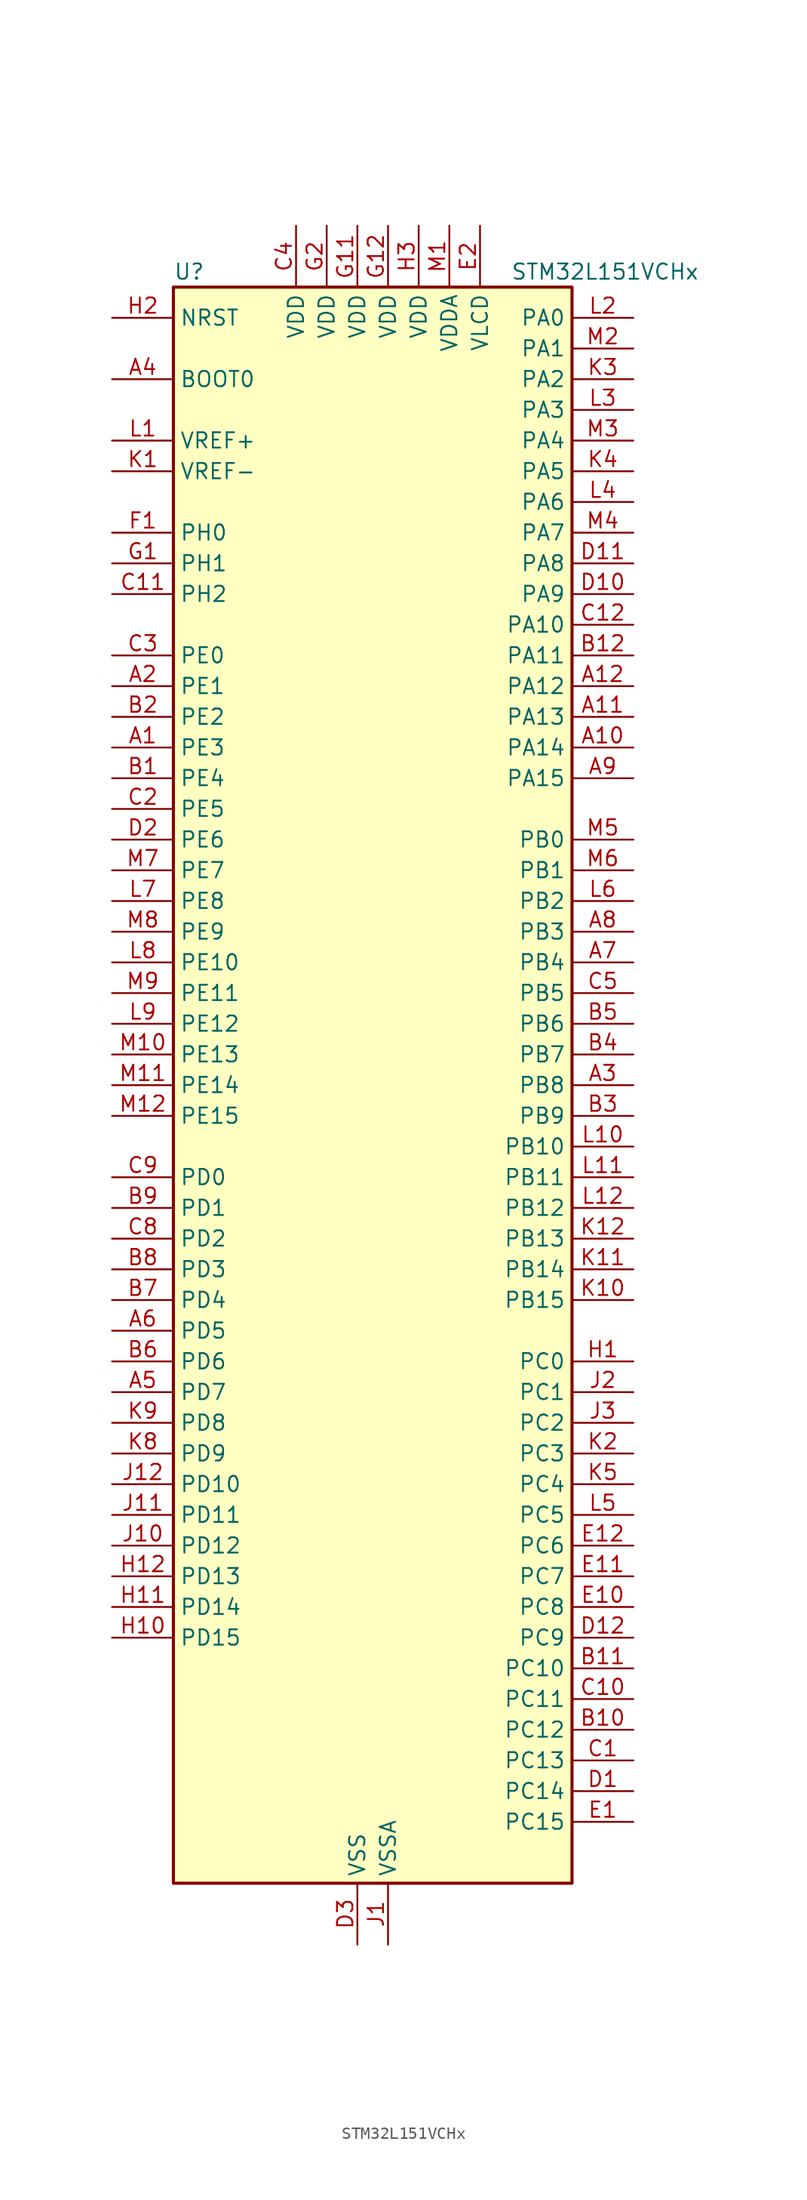
<source format=kicad_sym>
(kicad_symbol_lib
  (version 20231120)
  (generator "kicad-library-utils")
  (generator_version "8.0")
  (symbol "STM32L151VCHx"
    (property "Reference" "U"
      (at -15.24 67.31 0)
      (effects (font (size 1.27 1.27)) (justify left)))
    (property "Value" "STM32L151VCHx"
      (at 12.7 67.31 0)
      (effects (font (size 1.27 1.27)) (justify left)))
    (symbol "STM32L151VCHx_0_1"
      (rectangle (start -15.24 -66.04) (end 17.78 66.04) (stroke (width 0.254) (type default)) (fill (type background))))
    (symbol "STM32L151VCHx_1_1"
      (pin bidirectional line (at -20.32 27.94 0) (length 5.08) (name "PE3" (effects (font (size 1.27 1.27)))) (number "A1" (effects (font (size 1.27 1.27)))) (alternate "SYS_TRACED0" bidirectional line) (alternate "TIM3_CH1" bidirectional line) (alternate "TIMX_IC4" bidirectional line))
      (pin bidirectional line (at 22.86 27.94 180) (length 5.08) (name "PA14" (effects (font (size 1.27 1.27)))) (number "A10" (effects (font (size 1.27 1.27)))) (alternate "SYS_JTCK-SWCLK" bidirectional line) (alternate "TIMX_IC3" bidirectional line) (alternate "TS_G5_IO2" bidirectional line))
      (pin bidirectional line (at 22.86 30.48 180) (length 5.08) (name "PA13" (effects (font (size 1.27 1.27)))) (number "A11" (effects (font (size 1.27 1.27)))) (alternate "SYS_JTMS-SWDIO" bidirectional line) (alternate "TIMX_IC2" bidirectional line) (alternate "TS_G5_IO1" bidirectional line))
      (pin bidirectional line (at 22.86 33.02 180) (length 5.08) (name "PA12" (effects (font (size 1.27 1.27)))) (number "A12" (effects (font (size 1.27 1.27)))) (alternate "SPI1_MOSI" bidirectional line) (alternate "TIMX_IC1" bidirectional line) (alternate "USART1_RTS" bidirectional line) (alternate "USB_DP" bidirectional line))
      (pin bidirectional line (at -20.32 33.02 0) (length 5.08) (name "PE1" (effects (font (size 1.27 1.27)))) (number "A2" (effects (font (size 1.27 1.27)))) (alternate "TIM11_CH1" bidirectional line) (alternate "TIMX_IC2" bidirectional line))
      (pin bidirectional line (at 22.86 0 180) (length 5.08) (name "PB8" (effects (font (size 1.27 1.27)))) (number "A3" (effects (font (size 1.27 1.27)))) (alternate "I2C1_SCL" bidirectional line) (alternate "TIM10_CH1" bidirectional line) (alternate "TIM4_CH3" bidirectional line))
      (pin input line (at -20.32 58.42 0) (length 5.08) (name "BOOT0" (effects (font (size 1.27 1.27)))) (number "A4" (effects (font (size 1.27 1.27)))))
      (pin bidirectional line (at -20.32 -25.4 0) (length 5.08) (name "PD7" (effects (font (size 1.27 1.27)))) (number "A5" (effects (font (size 1.27 1.27)))) (alternate "TIM9_CH2" bidirectional line) (alternate "TIMX_IC4" bidirectional line) (alternate "USART2_CK" bidirectional line))
      (pin bidirectional line (at -20.32 -20.32 0) (length 5.08) (name "PD5" (effects (font (size 1.27 1.27)))) (number "A6" (effects (font (size 1.27 1.27)))) (alternate "TIMX_IC2" bidirectional line) (alternate "USART2_TX" bidirectional line))
      (pin bidirectional line (at 22.86 10.16 180) (length 5.08) (name "PB4" (effects (font (size 1.27 1.27)))) (number "A7" (effects (font (size 1.27 1.27)))) (alternate "COMP2_INP" bidirectional line) (alternate "SPI1_MISO" bidirectional line) (alternate "SPI3_MISO" bidirectional line) (alternate "SYS_JTRST" bidirectional line) (alternate "TIM3_CH1" bidirectional line) (alternate "TS_G6_IO1" bidirectional line))
      (pin bidirectional line (at 22.86 12.7 180) (length 5.08) (name "PB3" (effects (font (size 1.27 1.27)))) (number "A8" (effects (font (size 1.27 1.27)))) (alternate "COMP2_INM" bidirectional line) (alternate "I2S3_CK" bidirectional line) (alternate "SPI1_SCK" bidirectional line) (alternate "SPI3_SCK" bidirectional line) (alternate "SYS_JTDO-TRACESWO" bidirectional line) (alternate "TIM2_CH2" bidirectional line))
      (pin bidirectional line (at 22.86 25.4 180) (length 5.08) (name "PA15" (effects (font (size 1.27 1.27)))) (number "A9" (effects (font (size 1.27 1.27)))) (alternate "ADC_EXTI15" bidirectional line) (alternate "I2S3_WS" bidirectional line) (alternate "SPI1_NSS" bidirectional line) (alternate "SPI3_NSS" bidirectional line) (alternate "SYS_JTDI" bidirectional line) (alternate "TIM2_CH1" bidirectional line) (alternate "TIM2_ETR" bidirectional line) (alternate "TIMX_IC4" bidirectional line) (alternate "TS_G5_IO3" bidirectional line))
      (pin bidirectional line (at -20.32 25.4 0) (length 5.08) (name "PE4" (effects (font (size 1.27 1.27)))) (number "B1" (effects (font (size 1.27 1.27)))) (alternate "SYS_TRACED1" bidirectional line) (alternate "TIM3_CH2" bidirectional line) (alternate "TIMX_IC1" bidirectional line))
      (pin bidirectional line (at 22.86 -53.34 180) (length 5.08) (name "PC12" (effects (font (size 1.27 1.27)))) (number "B10" (effects (font (size 1.27 1.27)))) (alternate "I2S3_SD" bidirectional line) (alternate "SPI3_MOSI" bidirectional line) (alternate "TIMX_IC1" bidirectional line) (alternate "USART3_CK" bidirectional line))
      (pin bidirectional line (at 22.86 -48.26 180) (length 5.08) (name "PC10" (effects (font (size 1.27 1.27)))) (number "B11" (effects (font (size 1.27 1.27)))) (alternate "I2S3_CK" bidirectional line) (alternate "SPI3_SCK" bidirectional line) (alternate "TIMX_IC3" bidirectional line) (alternate "USART3_TX" bidirectional line))
      (pin bidirectional line (at 22.86 35.56 180) (length 5.08) (name "PA11" (effects (font (size 1.27 1.27)))) (number "B12" (effects (font (size 1.27 1.27)))) (alternate "ADC_EXTI11" bidirectional line) (alternate "SPI1_MISO" bidirectional line) (alternate "TIMX_IC4" bidirectional line) (alternate "USART1_CTS" bidirectional line) (alternate "USB_DM" bidirectional line))
      (pin bidirectional line (at -20.32 30.48 0) (length 5.08) (name "PE2" (effects (font (size 1.27 1.27)))) (number "B2" (effects (font (size 1.27 1.27)))) (alternate "SYS_TRACECK" bidirectional line) (alternate "TIM3_ETR" bidirectional line) (alternate "TIMX_IC3" bidirectional line))
      (pin bidirectional line (at 22.86 -2.54 180) (length 5.08) (name "PB9" (effects (font (size 1.27 1.27)))) (number "B3" (effects (font (size 1.27 1.27)))) (alternate "DAC_EXTI9" bidirectional line) (alternate "I2C1_SDA" bidirectional line) (alternate "TIM11_CH1" bidirectional line) (alternate "TIM4_CH4" bidirectional line))
      (pin bidirectional line (at 22.86 2.54 180) (length 5.08) (name "PB7" (effects (font (size 1.27 1.27)))) (number "B4" (effects (font (size 1.27 1.27)))) (alternate "COMP2_INP" bidirectional line) (alternate "I2C1_SDA" bidirectional line) (alternate "SYS_PVD_IN" bidirectional line) (alternate "TIM4_CH2" bidirectional line) (alternate "TS_G6_IO4" bidirectional line) (alternate "USART1_RX" bidirectional line))
      (pin bidirectional line (at 22.86 5.08 180) (length 5.08) (name "PB6" (effects (font (size 1.27 1.27)))) (number "B5" (effects (font (size 1.27 1.27)))) (alternate "COMP2_INP" bidirectional line) (alternate "I2C1_SCL" bidirectional line) (alternate "TIM4_CH1" bidirectional line) (alternate "TS_G6_IO3" bidirectional line) (alternate "USART1_TX" bidirectional line))
      (pin bidirectional line (at -20.32 -22.86 0) (length 5.08) (name "PD6" (effects (font (size 1.27 1.27)))) (number "B6" (effects (font (size 1.27 1.27)))) (alternate "TIMX_IC3" bidirectional line) (alternate "USART2_RX" bidirectional line))
      (pin bidirectional line (at -20.32 -17.78 0) (length 5.08) (name "PD4" (effects (font (size 1.27 1.27)))) (number "B7" (effects (font (size 1.27 1.27)))) (alternate "I2S2_SD" bidirectional line) (alternate "SPI2_MOSI" bidirectional line) (alternate "TIMX_IC1" bidirectional line) (alternate "USART2_RTS" bidirectional line))
      (pin bidirectional line (at -20.32 -15.24 0) (length 5.08) (name "PD3" (effects (font (size 1.27 1.27)))) (number "B8" (effects (font (size 1.27 1.27)))) (alternate "SPI2_MISO" bidirectional line) (alternate "TIMX_IC4" bidirectional line) (alternate "USART2_CTS" bidirectional line))
      (pin bidirectional line (at -20.32 -10.16 0) (length 5.08) (name "PD1" (effects (font (size 1.27 1.27)))) (number "B9" (effects (font (size 1.27 1.27)))) (alternate "I2S2_CK" bidirectional line) (alternate "SPI2_SCK" bidirectional line) (alternate "TIMX_IC2" bidirectional line))
      (pin bidirectional line (at 22.86 -55.88 180) (length 5.08) (name "PC13" (effects (font (size 1.27 1.27)))) (number "C1" (effects (font (size 1.27 1.27)))) (alternate "RTC_OUT_ALARM" bidirectional line) (alternate "RTC_OUT_CALIB" bidirectional line) (alternate "RTC_TAMP1" bidirectional line) (alternate "RTC_TS" bidirectional line) (alternate "SYS_WKUP2" bidirectional line) (alternate "TIMX_IC2" bidirectional line))
      (pin bidirectional line (at 22.86 -50.8 180) (length 5.08) (name "PC11" (effects (font (size 1.27 1.27)))) (number "C10" (effects (font (size 1.27 1.27)))) (alternate "ADC_EXTI11" bidirectional line) (alternate "SPI3_MISO" bidirectional line) (alternate "TIMX_IC4" bidirectional line) (alternate "USART3_RX" bidirectional line))
      (pin bidirectional line (at -20.32 40.64 0) (length 5.08) (name "PH2" (effects (font (size 1.27 1.27)))) (number "C11" (effects (font (size 1.27 1.27)))))
      (pin bidirectional line (at 22.86 38.1 180) (length 5.08) (name "PA10" (effects (font (size 1.27 1.27)))) (number "C12" (effects (font (size 1.27 1.27)))) (alternate "TIMX_IC3" bidirectional line) (alternate "TS_G4_IO3" bidirectional line) (alternate "USART1_RX" bidirectional line))
      (pin bidirectional line (at -20.32 22.86 0) (length 5.08) (name "PE5" (effects (font (size 1.27 1.27)))) (number "C2" (effects (font (size 1.27 1.27)))) (alternate "SYS_TRACED2" bidirectional line) (alternate "TIM9_CH1" bidirectional line) (alternate "TIMX_IC2" bidirectional line))
      (pin bidirectional line (at -20.32 35.56 0) (length 5.08) (name "PE0" (effects (font (size 1.27 1.27)))) (number "C3" (effects (font (size 1.27 1.27)))) (alternate "TIM10_CH1" bidirectional line) (alternate "TIM4_ETR" bidirectional line) (alternate "TIMX_IC1" bidirectional line))
      (pin power_in line (at -5.08 71.12 270) (length 5.08) (name "VDD" (effects (font (size 1.27 1.27)))) (number "C4" (effects (font (size 1.27 1.27)))))
      (pin bidirectional line (at 22.86 7.62 180) (length 5.08) (name "PB5" (effects (font (size 1.27 1.27)))) (number "C5" (effects (font (size 1.27 1.27)))) (alternate "COMP2_INP" bidirectional line) (alternate "I2C1_SMBA" bidirectional line) (alternate "I2S3_SD" bidirectional line) (alternate "SPI1_MOSI" bidirectional line) (alternate "SPI3_MOSI" bidirectional line) (alternate "TIM3_CH2" bidirectional line) (alternate "TS_G6_IO2" bidirectional line))
      (pin bidirectional line (at -20.32 -12.7 0) (length 5.08) (name "PD2" (effects (font (size 1.27 1.27)))) (number "C8" (effects (font (size 1.27 1.27)))) (alternate "TIM3_ETR" bidirectional line) (alternate "TIMX_IC3" bidirectional line))
      (pin bidirectional line (at -20.32 -7.62 0) (length 5.08) (name "PD0" (effects (font (size 1.27 1.27)))) (number "C9" (effects (font (size 1.27 1.27)))) (alternate "I2S2_WS" bidirectional line) (alternate "SPI2_NSS" bidirectional line) (alternate "TIM9_CH1" bidirectional line) (alternate "TIMX_IC1" bidirectional line))
      (pin bidirectional line (at 22.86 -58.42 180) (length 5.08) (name "PC14" (effects (font (size 1.27 1.27)))) (number "D1" (effects (font (size 1.27 1.27)))) (alternate "RCC_OSC32_IN" bidirectional line) (alternate "TIMX_IC3" bidirectional line))
      (pin bidirectional line (at 22.86 40.64 180) (length 5.08) (name "PA9" (effects (font (size 1.27 1.27)))) (number "D10" (effects (font (size 1.27 1.27)))) (alternate "DAC_EXTI9" bidirectional line) (alternate "TIMX_IC2" bidirectional line) (alternate "TS_G4_IO2" bidirectional line) (alternate "USART1_TX" bidirectional line))
      (pin bidirectional line (at 22.86 43.18 180) (length 5.08) (name "PA8" (effects (font (size 1.27 1.27)))) (number "D11" (effects (font (size 1.27 1.27)))) (alternate "RCC_MCO" bidirectional line) (alternate "TIMX_IC1" bidirectional line) (alternate "TS_G4_IO1" bidirectional line) (alternate "USART1_CK" bidirectional line))
      (pin bidirectional line (at 22.86 -45.72 180) (length 5.08) (name "PC9" (effects (font (size 1.27 1.27)))) (number "D12" (effects (font (size 1.27 1.27)))) (alternate "DAC_EXTI9" bidirectional line) (alternate "TIM3_CH4" bidirectional line) (alternate "TIMX_IC2" bidirectional line) (alternate "TS_G10_IO4" bidirectional line))
      (pin bidirectional line (at -20.32 20.32 0) (length 5.08) (name "PE6" (effects (font (size 1.27 1.27)))) (number "D2" (effects (font (size 1.27 1.27)))) (alternate "RTC_TAMP3" bidirectional line) (alternate "SYS_TRACED3" bidirectional line) (alternate "SYS_WKUP3" bidirectional line) (alternate "TIM9_CH2" bidirectional line) (alternate "TIMX_IC3" bidirectional line))
      (pin power_in line (at 0 -71.12 90) (length 5.08) (name "VSS" (effects (font (size 1.27 1.27)))) (number "D3" (effects (font (size 1.27 1.27)))))
      (pin bidirectional line (at 22.86 -60.96 180) (length 5.08) (name "PC15" (effects (font (size 1.27 1.27)))) (number "E1" (effects (font (size 1.27 1.27)))) (alternate "ADC_EXTI15" bidirectional line) (alternate "RCC_OSC32_OUT" bidirectional line) (alternate "TIMX_IC4" bidirectional line))
      (pin bidirectional line (at 22.86 -43.18 180) (length 5.08) (name "PC8" (effects (font (size 1.27 1.27)))) (number "E10" (effects (font (size 1.27 1.27)))) (alternate "TIM3_CH3" bidirectional line) (alternate "TIMX_IC1" bidirectional line) (alternate "TS_G10_IO3" bidirectional line))
      (pin bidirectional line (at 22.86 -40.64 180) (length 5.08) (name "PC7" (effects (font (size 1.27 1.27)))) (number "E11" (effects (font (size 1.27 1.27)))) (alternate "I2S3_MCK" bidirectional line) (alternate "TIM3_CH2" bidirectional line) (alternate "TIMX_IC4" bidirectional line) (alternate "TS_G10_IO2" bidirectional line))
      (pin bidirectional line (at 22.86 -38.1 180) (length 5.08) (name "PC6" (effects (font (size 1.27 1.27)))) (number "E12" (effects (font (size 1.27 1.27)))) (alternate "I2S2_MCK" bidirectional line) (alternate "TIM3_CH1" bidirectional line) (alternate "TIMX_IC3" bidirectional line) (alternate "TS_G10_IO1" bidirectional line))
      (pin power_in line (at 10.16 71.12 270) (length 5.08) (name "VLCD" (effects (font (size 1.27 1.27)))) (number "E2" (effects (font (size 1.27 1.27)))))
      (pin passive line (at 0 -71.12 90) (length 5.08) hide (name "VSS" (effects (font (size 1.27 1.27)))) (number "E3" (effects (font (size 1.27 1.27)))))
      (pin bidirectional line (at -20.32 45.72 0) (length 5.08) (name "PH0" (effects (font (size 1.27 1.27)))) (number "F1" (effects (font (size 1.27 1.27)))) (alternate "RCC_OSC_IN" bidirectional line))
      (pin passive line (at 0 -71.12 90) (length 5.08) hide (name "VSS" (effects (font (size 1.27 1.27)))) (number "F11" (effects (font (size 1.27 1.27)))))
      (pin passive line (at 0 -71.12 90) (length 5.08) hide (name "VSS" (effects (font (size 1.27 1.27)))) (number "F12" (effects (font (size 1.27 1.27)))))
      (pin passive line (at 0 -71.12 90) (length 5.08) hide (name "VSS" (effects (font (size 1.27 1.27)))) (number "F2" (effects (font (size 1.27 1.27)))))
      (pin bidirectional line (at -20.32 43.18 0) (length 5.08) (name "PH1" (effects (font (size 1.27 1.27)))) (number "G1" (effects (font (size 1.27 1.27)))) (alternate "RCC_OSC_OUT" bidirectional line))
      (pin power_in line (at 0 71.12 270) (length 5.08) (name "VDD" (effects (font (size 1.27 1.27)))) (number "G11" (effects (font (size 1.27 1.27)))))
      (pin power_in line (at 2.54 71.12 270) (length 5.08) (name "VDD" (effects (font (size 1.27 1.27)))) (number "G12" (effects (font (size 1.27 1.27)))))
      (pin power_in line (at -2.54 71.12 270) (length 5.08) (name "VDD" (effects (font (size 1.27 1.27)))) (number "G2" (effects (font (size 1.27 1.27)))))
      (pin bidirectional line (at 22.86 -22.86 180) (length 5.08) (name "PC0" (effects (font (size 1.27 1.27)))) (number "H1" (effects (font (size 1.27 1.27)))) (alternate "ADC_IN10" bidirectional line) (alternate "COMP1_INP" bidirectional line) (alternate "TIMX_IC1" bidirectional line) (alternate "TS_G8_IO1" bidirectional line))
      (pin bidirectional line (at -20.32 -45.72 0) (length 5.08) (name "PD15" (effects (font (size 1.27 1.27)))) (number "H10" (effects (font (size 1.27 1.27)))) (alternate "ADC_EXTI15" bidirectional line) (alternate "TIM4_CH4" bidirectional line) (alternate "TIMX_IC4" bidirectional line))
      (pin bidirectional line (at -20.32 -43.18 0) (length 5.08) (name "PD14" (effects (font (size 1.27 1.27)))) (number "H11" (effects (font (size 1.27 1.27)))) (alternate "TIM4_CH3" bidirectional line) (alternate "TIMX_IC3" bidirectional line))
      (pin bidirectional line (at -20.32 -40.64 0) (length 5.08) (name "PD13" (effects (font (size 1.27 1.27)))) (number "H12" (effects (font (size 1.27 1.27)))) (alternate "TIM4_CH2" bidirectional line) (alternate "TIMX_IC2" bidirectional line))
      (pin input line (at -20.32 63.5 0) (length 5.08) (name "NRST" (effects (font (size 1.27 1.27)))) (number "H2" (effects (font (size 1.27 1.27)))))
      (pin power_in line (at 5.08 71.12 270) (length 5.08) (name "VDD" (effects (font (size 1.27 1.27)))) (number "H3" (effects (font (size 1.27 1.27)))))
      (pin power_in line (at 2.54 -71.12 90) (length 5.08) (name "VSSA" (effects (font (size 1.27 1.27)))) (number "J1" (effects (font (size 1.27 1.27)))))
      (pin bidirectional line (at -20.32 -38.1 0) (length 5.08) (name "PD12" (effects (font (size 1.27 1.27)))) (number "J10" (effects (font (size 1.27 1.27)))) (alternate "TIM4_CH1" bidirectional line) (alternate "TIMX_IC1" bidirectional line) (alternate "USART3_RTS" bidirectional line))
      (pin bidirectional line (at -20.32 -35.56 0) (length 5.08) (name "PD11" (effects (font (size 1.27 1.27)))) (number "J11" (effects (font (size 1.27 1.27)))) (alternate "ADC_EXTI11" bidirectional line) (alternate "TIMX_IC4" bidirectional line) (alternate "USART3_CTS" bidirectional line))
      (pin bidirectional line (at -20.32 -33.02 0) (length 5.08) (name "PD10" (effects (font (size 1.27 1.27)))) (number "J12" (effects (font (size 1.27 1.27)))) (alternate "TIMX_IC3" bidirectional line) (alternate "USART3_CK" bidirectional line))
      (pin bidirectional line (at 22.86 -25.4 180) (length 5.08) (name "PC1" (effects (font (size 1.27 1.27)))) (number "J2" (effects (font (size 1.27 1.27)))) (alternate "ADC_IN11" bidirectional line) (alternate "COMP1_INP" bidirectional line) (alternate "TIMX_IC2" bidirectional line) (alternate "TS_G8_IO2" bidirectional line))
      (pin bidirectional line (at 22.86 -27.94 180) (length 5.08) (name "PC2" (effects (font (size 1.27 1.27)))) (number "J3" (effects (font (size 1.27 1.27)))) (alternate "ADC_IN12" bidirectional line) (alternate "COMP1_INP" bidirectional line) (alternate "TIMX_IC3" bidirectional line) (alternate "TS_G8_IO3" bidirectional line))
      (pin input line (at -20.32 50.8 0) (length 5.08) (name "VREF-" (effects (font (size 1.27 1.27)))) (number "K1" (effects (font (size 1.27 1.27)))))
      (pin bidirectional line (at 22.86 -17.78 180) (length 5.08) (name "PB15" (effects (font (size 1.27 1.27)))) (number "K10" (effects (font (size 1.27 1.27)))) (alternate "ADC_EXTI15" bidirectional line) (alternate "ADC_IN21" bidirectional line) (alternate "COMP1_INP" bidirectional line) (alternate "I2S2_SD" bidirectional line) (alternate "RTC_REFIN" bidirectional line) (alternate "SPI2_MOSI" bidirectional line) (alternate "TIM11_CH1" bidirectional line) (alternate "TS_G7_IO4" bidirectional line))
      (pin bidirectional line (at 22.86 -15.24 180) (length 5.08) (name "PB14" (effects (font (size 1.27 1.27)))) (number "K11" (effects (font (size 1.27 1.27)))) (alternate "ADC_IN20" bidirectional line) (alternate "COMP1_INP" bidirectional line) (alternate "SPI2_MISO" bidirectional line) (alternate "TIM9_CH2" bidirectional line) (alternate "TS_G7_IO3" bidirectional line) (alternate "USART3_RTS" bidirectional line))
      (pin bidirectional line (at 22.86 -12.7 180) (length 5.08) (name "PB13" (effects (font (size 1.27 1.27)))) (number "K12" (effects (font (size 1.27 1.27)))) (alternate "ADC_IN19" bidirectional line) (alternate "COMP1_INP" bidirectional line) (alternate "I2S2_CK" bidirectional line) (alternate "SPI2_SCK" bidirectional line) (alternate "TIM9_CH1" bidirectional line) (alternate "TS_G7_IO2" bidirectional line) (alternate "USART3_CTS" bidirectional line))
      (pin bidirectional line (at 22.86 -30.48 180) (length 5.08) (name "PC3" (effects (font (size 1.27 1.27)))) (number "K2" (effects (font (size 1.27 1.27)))) (alternate "ADC_IN13" bidirectional line) (alternate "COMP1_INP" bidirectional line) (alternate "TIMX_IC4" bidirectional line) (alternate "TS_G8_IO4" bidirectional line))
      (pin bidirectional line (at 22.86 58.42 180) (length 5.08) (name "PA2" (effects (font (size 1.27 1.27)))) (number "K3" (effects (font (size 1.27 1.27)))) (alternate "ADC_IN2" bidirectional line) (alternate "COMP1_INP" bidirectional line) (alternate "OPAMP1_VINM" bidirectional line) (alternate "TIM2_CH3" bidirectional line) (alternate "TIM5_CH3" bidirectional line) (alternate "TIM9_CH1" bidirectional line) (alternate "TIMX_IC3" bidirectional line) (alternate "TS_G1_IO3" bidirectional line) (alternate "USART2_TX" bidirectional line))
      (pin bidirectional line (at 22.86 50.8 180) (length 5.08) (name "PA5" (effects (font (size 1.27 1.27)))) (number "K4" (effects (font (size 1.27 1.27)))) (alternate "ADC_IN5" bidirectional line) (alternate "COMP1_INP" bidirectional line) (alternate "DAC_OUT2" bidirectional line) (alternate "SPI1_SCK" bidirectional line) (alternate "TIM2_CH1" bidirectional line) (alternate "TIM2_ETR" bidirectional line) (alternate "TIMX_IC2" bidirectional line))
      (pin bidirectional line (at 22.86 -33.02 180) (length 5.08) (name "PC4" (effects (font (size 1.27 1.27)))) (number "K5" (effects (font (size 1.27 1.27)))) (alternate "ADC_IN14" bidirectional line) (alternate "COMP1_INP" bidirectional line) (alternate "TIMX_IC1" bidirectional line) (alternate "TS_G9_IO1" bidirectional line))
      (pin bidirectional line (at -20.32 -30.48 0) (length 5.08) (name "PD9" (effects (font (size 1.27 1.27)))) (number "K8" (effects (font (size 1.27 1.27)))) (alternate "DAC_EXTI9" bidirectional line) (alternate "TIMX_IC2" bidirectional line) (alternate "USART3_RX" bidirectional line))
      (pin bidirectional line (at -20.32 -27.94 0) (length 5.08) (name "PD8" (effects (font (size 1.27 1.27)))) (number "K9" (effects (font (size 1.27 1.27)))) (alternate "TIMX_IC1" bidirectional line) (alternate "USART3_TX" bidirectional line))
      (pin input line (at -20.32 53.34 0) (length 5.08) (name "VREF+" (effects (font (size 1.27 1.27)))) (number "L1" (effects (font (size 1.27 1.27)))))
      (pin bidirectional line (at 22.86 -5.08 180) (length 5.08) (name "PB10" (effects (font (size 1.27 1.27)))) (number "L10" (effects (font (size 1.27 1.27)))) (alternate "I2C2_SCL" bidirectional line) (alternate "TIM2_CH3" bidirectional line) (alternate "USART3_TX" bidirectional line))
      (pin bidirectional line (at 22.86 -7.62 180) (length 5.08) (name "PB11" (effects (font (size 1.27 1.27)))) (number "L11" (effects (font (size 1.27 1.27)))) (alternate "ADC_EXTI11" bidirectional line) (alternate "I2C2_SDA" bidirectional line) (alternate "TIM2_CH4" bidirectional line) (alternate "USART3_RX" bidirectional line))
      (pin bidirectional line (at 22.86 -10.16 180) (length 5.08) (name "PB12" (effects (font (size 1.27 1.27)))) (number "L12" (effects (font (size 1.27 1.27)))) (alternate "ADC_IN18" bidirectional line) (alternate "COMP1_INP" bidirectional line) (alternate "I2C2_SMBA" bidirectional line) (alternate "I2S2_WS" bidirectional line) (alternate "SPI2_NSS" bidirectional line) (alternate "TIM10_CH1" bidirectional line) (alternate "TS_G7_IO1" bidirectional line) (alternate "USART3_CK" bidirectional line))
      (pin bidirectional line (at 22.86 63.5 180) (length 5.08) (name "PA0" (effects (font (size 1.27 1.27)))) (number "L2" (effects (font (size 1.27 1.27)))) (alternate "ADC_IN0" bidirectional line) (alternate "COMP1_INP" bidirectional line) (alternate "RTC_TAMP2" bidirectional line) (alternate "SYS_WKUP1" bidirectional line) (alternate "TIM2_CH1" bidirectional line) (alternate "TIM2_ETR" bidirectional line) (alternate "TIM5_CH1" bidirectional line) (alternate "TIMX_IC1" bidirectional line) (alternate "TS_G1_IO1" bidirectional line) (alternate "USART2_CTS" bidirectional line))
      (pin bidirectional line (at 22.86 55.88 180) (length 5.08) (name "PA3" (effects (font (size 1.27 1.27)))) (number "L3" (effects (font (size 1.27 1.27)))) (alternate "ADC_IN3" bidirectional line) (alternate "COMP1_INP" bidirectional line) (alternate "OPAMP1_VOUT" bidirectional line) (alternate "TIM2_CH4" bidirectional line) (alternate "TIM5_CH4" bidirectional line) (alternate "TIM9_CH2" bidirectional line) (alternate "TIMX_IC4" bidirectional line) (alternate "TS_G1_IO4" bidirectional line) (alternate "USART2_RX" bidirectional line))
      (pin bidirectional line (at 22.86 48.26 180) (length 5.08) (name "PA6" (effects (font (size 1.27 1.27)))) (number "L4" (effects (font (size 1.27 1.27)))) (alternate "ADC_IN6" bidirectional line) (alternate "COMP1_INP" bidirectional line) (alternate "OPAMP2_VINP" bidirectional line) (alternate "SPI1_MISO" bidirectional line) (alternate "TIM10_CH1" bidirectional line) (alternate "TIM3_CH1" bidirectional line) (alternate "TIMX_IC3" bidirectional line) (alternate "TS_G2_IO1" bidirectional line))
      (pin bidirectional line (at 22.86 -35.56 180) (length 5.08) (name "PC5" (effects (font (size 1.27 1.27)))) (number "L5" (effects (font (size 1.27 1.27)))) (alternate "ADC_IN15" bidirectional line) (alternate "COMP1_INP" bidirectional line) (alternate "TIMX_IC2" bidirectional line) (alternate "TS_G9_IO2" bidirectional line))
      (pin bidirectional line (at 22.86 15.24 180) (length 5.08) (name "PB2" (effects (font (size 1.27 1.27)))) (number "L6" (effects (font (size 1.27 1.27)))) (alternate "TS_G3_IO3" bidirectional line))
      (pin bidirectional line (at -20.32 15.24 0) (length 5.08) (name "PE8" (effects (font (size 1.27 1.27)))) (number "L7" (effects (font (size 1.27 1.27)))) (alternate "ADC_IN23" bidirectional line) (alternate "COMP1_INP" bidirectional line) (alternate "TIMX_IC1" bidirectional line))
      (pin bidirectional line (at -20.32 10.16 0) (length 5.08) (name "PE10" (effects (font (size 1.27 1.27)))) (number "L8" (effects (font (size 1.27 1.27)))) (alternate "ADC_IN25" bidirectional line) (alternate "COMP1_INP" bidirectional line) (alternate "TIM2_CH2" bidirectional line) (alternate "TIMX_IC3" bidirectional line))
      (pin bidirectional line (at -20.32 5.08 0) (length 5.08) (name "PE12" (effects (font (size 1.27 1.27)))) (number "L9" (effects (font (size 1.27 1.27)))) (alternate "SPI1_NSS" bidirectional line) (alternate "TIM2_CH4" bidirectional line) (alternate "TIMX_IC1" bidirectional line))
      (pin power_in line (at 7.62 71.12 270) (length 5.08) (name "VDDA" (effects (font (size 1.27 1.27)))) (number "M1" (effects (font (size 1.27 1.27)))))
      (pin bidirectional line (at -20.32 2.54 0) (length 5.08) (name "PE13" (effects (font (size 1.27 1.27)))) (number "M10" (effects (font (size 1.27 1.27)))) (alternate "SPI1_SCK" bidirectional line) (alternate "TIMX_IC2" bidirectional line))
      (pin bidirectional line (at -20.32 0 0) (length 5.08) (name "PE14" (effects (font (size 1.27 1.27)))) (number "M11" (effects (font (size 1.27 1.27)))) (alternate "SPI1_MISO" bidirectional line) (alternate "TIMX_IC3" bidirectional line))
      (pin bidirectional line (at -20.32 -2.54 0) (length 5.08) (name "PE15" (effects (font (size 1.27 1.27)))) (number "M12" (effects (font (size 1.27 1.27)))) (alternate "ADC_EXTI15" bidirectional line) (alternate "SPI1_MOSI" bidirectional line) (alternate "TIMX_IC4" bidirectional line))
      (pin bidirectional line (at 22.86 60.96 180) (length 5.08) (name "PA1" (effects (font (size 1.27 1.27)))) (number "M2" (effects (font (size 1.27 1.27)))) (alternate "ADC_IN1" bidirectional line) (alternate "COMP1_INP" bidirectional line) (alternate "OPAMP1_VINP" bidirectional line) (alternate "TIM2_CH2" bidirectional line) (alternate "TIM5_CH2" bidirectional line) (alternate "TIMX_IC2" bidirectional line) (alternate "TS_G1_IO2" bidirectional line) (alternate "USART2_RTS" bidirectional line))
      (pin bidirectional line (at 22.86 53.34 180) (length 5.08) (name "PA4" (effects (font (size 1.27 1.27)))) (number "M3" (effects (font (size 1.27 1.27)))) (alternate "ADC_IN4" bidirectional line) (alternate "COMP1_INP" bidirectional line) (alternate "DAC_OUT1" bidirectional line) (alternate "I2S3_WS" bidirectional line) (alternate "SPI1_NSS" bidirectional line) (alternate "SPI3_NSS" bidirectional line) (alternate "TIMX_IC1" bidirectional line) (alternate "USART2_CK" bidirectional line))
      (pin bidirectional line (at 22.86 45.72 180) (length 5.08) (name "PA7" (effects (font (size 1.27 1.27)))) (number "M4" (effects (font (size 1.27 1.27)))) (alternate "ADC_IN7" bidirectional line) (alternate "COMP1_INP" bidirectional line) (alternate "OPAMP2_VINM" bidirectional line) (alternate "SPI1_MOSI" bidirectional line) (alternate "TIM11_CH1" bidirectional line) (alternate "TIM3_CH2" bidirectional line) (alternate "TIMX_IC4" bidirectional line) (alternate "TS_G2_IO2" bidirectional line))
      (pin bidirectional line (at 22.86 20.32 180) (length 5.08) (name "PB0" (effects (font (size 1.27 1.27)))) (number "M5" (effects (font (size 1.27 1.27)))) (alternate "ADC_IN8" bidirectional line) (alternate "COMP1_INP" bidirectional line) (alternate "OPAMP2_VOUT" bidirectional line) (alternate "SYS_V_REF_OUT" bidirectional line) (alternate "TIM3_CH3" bidirectional line) (alternate "TS_G3_IO1" bidirectional line))
      (pin bidirectional line (at 22.86 17.78 180) (length 5.08) (name "PB1" (effects (font (size 1.27 1.27)))) (number "M6" (effects (font (size 1.27 1.27)))) (alternate "ADC_IN9" bidirectional line) (alternate "COMP1_INP" bidirectional line) (alternate "SYS_V_REF_OUT" bidirectional line) (alternate "TIM3_CH4" bidirectional line) (alternate "TS_G3_IO2" bidirectional line))
      (pin bidirectional line (at -20.32 17.78 0) (length 5.08) (name "PE7" (effects (font (size 1.27 1.27)))) (number "M7" (effects (font (size 1.27 1.27)))) (alternate "ADC_IN22" bidirectional line) (alternate "COMP1_INP" bidirectional line) (alternate "TIMX_IC4" bidirectional line))
      (pin bidirectional line (at -20.32 12.7 0) (length 5.08) (name "PE9" (effects (font (size 1.27 1.27)))) (number "M8" (effects (font (size 1.27 1.27)))) (alternate "ADC_IN24" bidirectional line) (alternate "COMP1_INP" bidirectional line) (alternate "DAC_EXTI9" bidirectional line) (alternate "TIM2_CH1" bidirectional line) (alternate "TIM2_ETR" bidirectional line) (alternate "TIM5_ETR" bidirectional line) (alternate "TIMX_IC2" bidirectional line))
      (pin bidirectional line (at -20.32 7.62 0) (length 5.08) (name "PE11" (effects (font (size 1.27 1.27)))) (number "M9" (effects (font (size 1.27 1.27)))) (alternate "ADC_EXTI11" bidirectional line) (alternate "TIM2_CH3" bidirectional line) (alternate "TIMX_IC4" bidirectional line)))))
</source>
